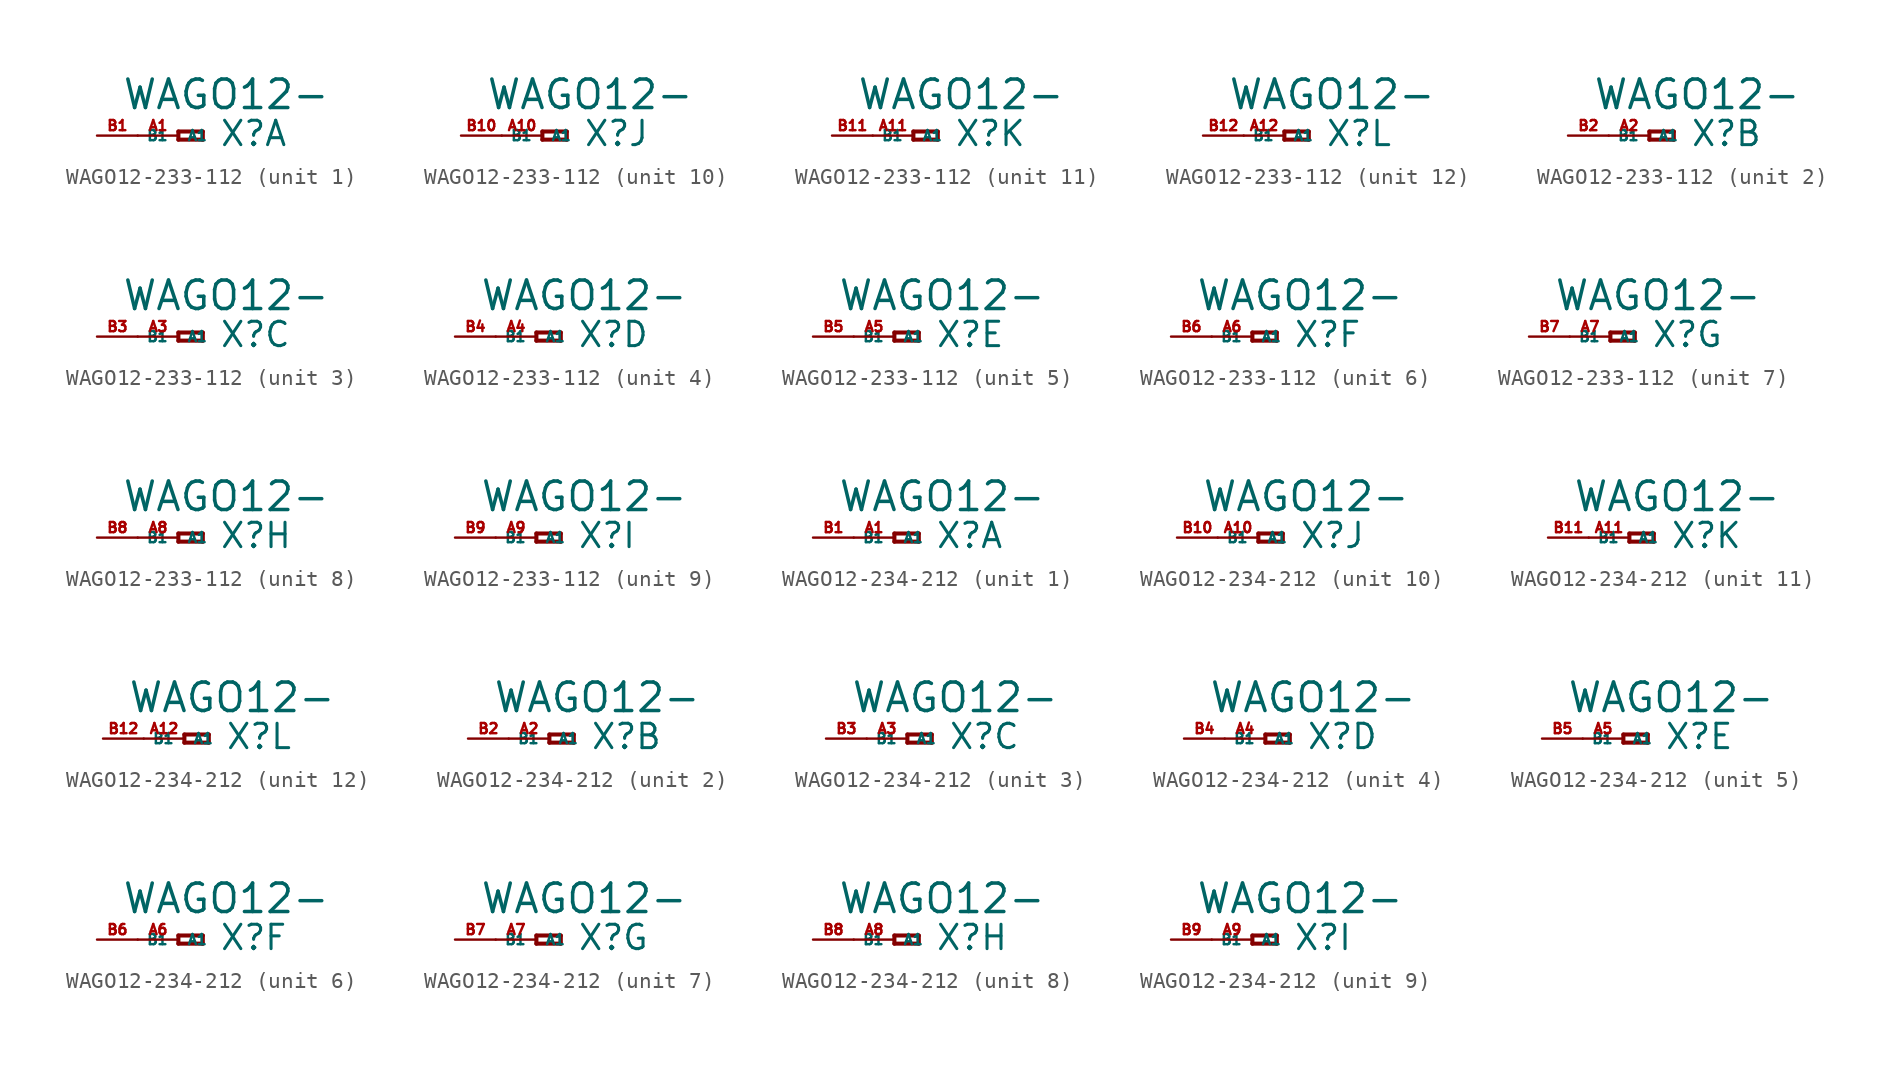
<source format=kicad_sym>
(kicad_symbol_lib
  (version 20220914)
  (generator Eagle2Kicad)
  (symbol "WAGO12-233-112"
    (property "Reference" "X"
      (at 2.54 -0.762 0)
      (effects (font (size 1.524 1.524) (thickness 0.19)) (justify left bottom)))
    (property "Value" "WAGO12-"
      (at -3.556 1.524 0)
      (effects (font (size 1.778 1.778) (thickness 0.22)) (justify left bottom)))
    (symbol "WAGO12-233-112_1_0"
      (polyline (pts (xy 0 0.254) (xy 0 -0.254)) (stroke (width 0.254) (type default)) (fill (type none)))
      (polyline (pts (xy 0 -0.254) (xy 1.524 -0.254)) (stroke (width 0.254) (type default)) (fill (type none)))
      (polyline (pts (xy 1.524 -0.254) (xy 1.524 0.254)) (stroke (width 0.254) (type default)) (fill (type none)))
      (polyline (pts (xy 1.524 0.254) (xy 0 0.254)) (stroke (width 0.254) (type default)) (fill (type none)))
      (pin passive line (at -2.54 0 0) (length 2.54) (name "A1" (effects (font (size 0.635 0.635) (thickness 0.08)) (justify left bottom))) (number "A1" (effects (font (size 0.635 0.635) (thickness 0.08)) (justify left bottom))))
      (pin passive line (at -5.08 0 0) (length 2.54) (name "B1" (effects (font (size 0.635 0.635) (thickness 0.08)) (justify left bottom))) (number "B1" (effects (font (size 0.635 0.635) (thickness 0.08)) (justify left bottom)))))
    (symbol "WAGO12-233-112_2_0"
      (polyline (pts (xy 0 0.254) (xy 0 -0.254)) (stroke (width 0.254) (type default)) (fill (type none)))
      (polyline (pts (xy 0 -0.254) (xy 1.524 -0.254)) (stroke (width 0.254) (type default)) (fill (type none)))
      (polyline (pts (xy 1.524 -0.254) (xy 1.524 0.254)) (stroke (width 0.254) (type default)) (fill (type none)))
      (polyline (pts (xy 1.524 0.254) (xy 0 0.254)) (stroke (width 0.254) (type default)) (fill (type none)))
      (pin passive line (at -2.54 0 0) (length 2.54) (name "A1" (effects (font (size 0.635 0.635) (thickness 0.08)) (justify left bottom))) (number "A2" (effects (font (size 0.635 0.635) (thickness 0.08)) (justify left bottom))))
      (pin passive line (at -5.08 0 0) (length 2.54) (name "B1" (effects (font (size 0.635 0.635) (thickness 0.08)) (justify left bottom))) (number "B2" (effects (font (size 0.635 0.635) (thickness 0.08)) (justify left bottom)))))
    (symbol "WAGO12-233-112_3_0"
      (polyline (pts (xy 0 0.254) (xy 0 -0.254)) (stroke (width 0.254) (type default)) (fill (type none)))
      (polyline (pts (xy 0 -0.254) (xy 1.524 -0.254)) (stroke (width 0.254) (type default)) (fill (type none)))
      (polyline (pts (xy 1.524 -0.254) (xy 1.524 0.254)) (stroke (width 0.254) (type default)) (fill (type none)))
      (polyline (pts (xy 1.524 0.254) (xy 0 0.254)) (stroke (width 0.254) (type default)) (fill (type none)))
      (pin passive line (at -2.54 0 0) (length 2.54) (name "A1" (effects (font (size 0.635 0.635) (thickness 0.08)) (justify left bottom))) (number "A3" (effects (font (size 0.635 0.635) (thickness 0.08)) (justify left bottom))))
      (pin passive line (at -5.08 0 0) (length 2.54) (name "B1" (effects (font (size 0.635 0.635) (thickness 0.08)) (justify left bottom))) (number "B3" (effects (font (size 0.635 0.635) (thickness 0.08)) (justify left bottom)))))
    (symbol "WAGO12-233-112_4_0"
      (polyline (pts (xy 0 0.254) (xy 0 -0.254)) (stroke (width 0.254) (type default)) (fill (type none)))
      (polyline (pts (xy 0 -0.254) (xy 1.524 -0.254)) (stroke (width 0.254) (type default)) (fill (type none)))
      (polyline (pts (xy 1.524 -0.254) (xy 1.524 0.254)) (stroke (width 0.254) (type default)) (fill (type none)))
      (polyline (pts (xy 1.524 0.254) (xy 0 0.254)) (stroke (width 0.254) (type default)) (fill (type none)))
      (pin passive line (at -2.54 0 0) (length 2.54) (name "A1" (effects (font (size 0.635 0.635) (thickness 0.08)) (justify left bottom))) (number "A4" (effects (font (size 0.635 0.635) (thickness 0.08)) (justify left bottom))))
      (pin passive line (at -5.08 0 0) (length 2.54) (name "B1" (effects (font (size 0.635 0.635) (thickness 0.08)) (justify left bottom))) (number "B4" (effects (font (size 0.635 0.635) (thickness 0.08)) (justify left bottom)))))
    (symbol "WAGO12-233-112_5_0"
      (polyline (pts (xy 0 0.254) (xy 0 -0.254)) (stroke (width 0.254) (type default)) (fill (type none)))
      (polyline (pts (xy 0 -0.254) (xy 1.524 -0.254)) (stroke (width 0.254) (type default)) (fill (type none)))
      (polyline (pts (xy 1.524 -0.254) (xy 1.524 0.254)) (stroke (width 0.254) (type default)) (fill (type none)))
      (polyline (pts (xy 1.524 0.254) (xy 0 0.254)) (stroke (width 0.254) (type default)) (fill (type none)))
      (pin passive line (at -2.54 0 0) (length 2.54) (name "A1" (effects (font (size 0.635 0.635) (thickness 0.08)) (justify left bottom))) (number "A5" (effects (font (size 0.635 0.635) (thickness 0.08)) (justify left bottom))))
      (pin passive line (at -5.08 0 0) (length 2.54) (name "B1" (effects (font (size 0.635 0.635) (thickness 0.08)) (justify left bottom))) (number "B5" (effects (font (size 0.635 0.635) (thickness 0.08)) (justify left bottom)))))
    (symbol "WAGO12-233-112_6_0"
      (polyline (pts (xy 0 0.254) (xy 0 -0.254)) (stroke (width 0.254) (type default)) (fill (type none)))
      (polyline (pts (xy 0 -0.254) (xy 1.524 -0.254)) (stroke (width 0.254) (type default)) (fill (type none)))
      (polyline (pts (xy 1.524 -0.254) (xy 1.524 0.254)) (stroke (width 0.254) (type default)) (fill (type none)))
      (polyline (pts (xy 1.524 0.254) (xy 0 0.254)) (stroke (width 0.254) (type default)) (fill (type none)))
      (pin passive line (at -2.54 0 0) (length 2.54) (name "A1" (effects (font (size 0.635 0.635) (thickness 0.08)) (justify left bottom))) (number "A6" (effects (font (size 0.635 0.635) (thickness 0.08)) (justify left bottom))))
      (pin passive line (at -5.08 0 0) (length 2.54) (name "B1" (effects (font (size 0.635 0.635) (thickness 0.08)) (justify left bottom))) (number "B6" (effects (font (size 0.635 0.635) (thickness 0.08)) (justify left bottom)))))
    (symbol "WAGO12-233-112_7_0"
      (polyline (pts (xy 0 0.254) (xy 0 -0.254)) (stroke (width 0.254) (type default)) (fill (type none)))
      (polyline (pts (xy 0 -0.254) (xy 1.524 -0.254)) (stroke (width 0.254) (type default)) (fill (type none)))
      (polyline (pts (xy 1.524 -0.254) (xy 1.524 0.254)) (stroke (width 0.254) (type default)) (fill (type none)))
      (polyline (pts (xy 1.524 0.254) (xy 0 0.254)) (stroke (width 0.254) (type default)) (fill (type none)))
      (pin passive line (at -2.54 0 0) (length 2.54) (name "A1" (effects (font (size 0.635 0.635) (thickness 0.08)) (justify left bottom))) (number "A7" (effects (font (size 0.635 0.635) (thickness 0.08)) (justify left bottom))))
      (pin passive line (at -5.08 0 0) (length 2.54) (name "B1" (effects (font (size 0.635 0.635) (thickness 0.08)) (justify left bottom))) (number "B7" (effects (font (size 0.635 0.635) (thickness 0.08)) (justify left bottom)))))
    (symbol "WAGO12-233-112_8_0"
      (polyline (pts (xy 0 0.254) (xy 0 -0.254)) (stroke (width 0.254) (type default)) (fill (type none)))
      (polyline (pts (xy 0 -0.254) (xy 1.524 -0.254)) (stroke (width 0.254) (type default)) (fill (type none)))
      (polyline (pts (xy 1.524 -0.254) (xy 1.524 0.254)) (stroke (width 0.254) (type default)) (fill (type none)))
      (polyline (pts (xy 1.524 0.254) (xy 0 0.254)) (stroke (width 0.254) (type default)) (fill (type none)))
      (pin passive line (at -2.54 0 0) (length 2.54) (name "A1" (effects (font (size 0.635 0.635) (thickness 0.08)) (justify left bottom))) (number "A8" (effects (font (size 0.635 0.635) (thickness 0.08)) (justify left bottom))))
      (pin passive line (at -5.08 0 0) (length 2.54) (name "B1" (effects (font (size 0.635 0.635) (thickness 0.08)) (justify left bottom))) (number "B8" (effects (font (size 0.635 0.635) (thickness 0.08)) (justify left bottom)))))
    (symbol "WAGO12-233-112_9_0"
      (polyline (pts (xy 0 0.254) (xy 0 -0.254)) (stroke (width 0.254) (type default)) (fill (type none)))
      (polyline (pts (xy 0 -0.254) (xy 1.524 -0.254)) (stroke (width 0.254) (type default)) (fill (type none)))
      (polyline (pts (xy 1.524 -0.254) (xy 1.524 0.254)) (stroke (width 0.254) (type default)) (fill (type none)))
      (polyline (pts (xy 1.524 0.254) (xy 0 0.254)) (stroke (width 0.254) (type default)) (fill (type none)))
      (pin passive line (at -2.54 0 0) (length 2.54) (name "A1" (effects (font (size 0.635 0.635) (thickness 0.08)) (justify left bottom))) (number "A9" (effects (font (size 0.635 0.635) (thickness 0.08)) (justify left bottom))))
      (pin passive line (at -5.08 0 0) (length 2.54) (name "B1" (effects (font (size 0.635 0.635) (thickness 0.08)) (justify left bottom))) (number "B9" (effects (font (size 0.635 0.635) (thickness 0.08)) (justify left bottom)))))
    (symbol "WAGO12-233-112_10_0"
      (polyline (pts (xy 0 0.254) (xy 0 -0.254)) (stroke (width 0.254) (type default)) (fill (type none)))
      (polyline (pts (xy 0 -0.254) (xy 1.524 -0.254)) (stroke (width 0.254) (type default)) (fill (type none)))
      (polyline (pts (xy 1.524 -0.254) (xy 1.524 0.254)) (stroke (width 0.254) (type default)) (fill (type none)))
      (polyline (pts (xy 1.524 0.254) (xy 0 0.254)) (stroke (width 0.254) (type default)) (fill (type none)))
      (pin passive line (at -2.54 0 0) (length 2.54) (name "A1" (effects (font (size 0.635 0.635) (thickness 0.08)) (justify left bottom))) (number "A10" (effects (font (size 0.635 0.635) (thickness 0.08)) (justify left bottom))))
      (pin passive line (at -5.08 0 0) (length 2.54) (name "B1" (effects (font (size 0.635 0.635) (thickness 0.08)) (justify left bottom))) (number "B10" (effects (font (size 0.635 0.635) (thickness 0.08)) (justify left bottom)))))
    (symbol "WAGO12-233-112_11_0"
      (polyline (pts (xy 0 0.254) (xy 0 -0.254)) (stroke (width 0.254) (type default)) (fill (type none)))
      (polyline (pts (xy 0 -0.254) (xy 1.524 -0.254)) (stroke (width 0.254) (type default)) (fill (type none)))
      (polyline (pts (xy 1.524 -0.254) (xy 1.524 0.254)) (stroke (width 0.254) (type default)) (fill (type none)))
      (polyline (pts (xy 1.524 0.254) (xy 0 0.254)) (stroke (width 0.254) (type default)) (fill (type none)))
      (pin passive line (at -2.54 0 0) (length 2.54) (name "A1" (effects (font (size 0.635 0.635) (thickness 0.08)) (justify left bottom))) (number "A11" (effects (font (size 0.635 0.635) (thickness 0.08)) (justify left bottom))))
      (pin passive line (at -5.08 0 0) (length 2.54) (name "B1" (effects (font (size 0.635 0.635) (thickness 0.08)) (justify left bottom))) (number "B11" (effects (font (size 0.635 0.635) (thickness 0.08)) (justify left bottom)))))
    (symbol "WAGO12-233-112_12_0"
      (polyline (pts (xy 0 0.254) (xy 0 -0.254)) (stroke (width 0.254) (type default)) (fill (type none)))
      (polyline (pts (xy 0 -0.254) (xy 1.524 -0.254)) (stroke (width 0.254) (type default)) (fill (type none)))
      (polyline (pts (xy 1.524 -0.254) (xy 1.524 0.254)) (stroke (width 0.254) (type default)) (fill (type none)))
      (polyline (pts (xy 1.524 0.254) (xy 0 0.254)) (stroke (width 0.254) (type default)) (fill (type none)))
      (pin passive line (at -2.54 0 0) (length 2.54) (name "A1" (effects (font (size 0.635 0.635) (thickness 0.08)) (justify left bottom))) (number "A12" (effects (font (size 0.635 0.635) (thickness 0.08)) (justify left bottom))))
      (pin passive line (at -5.08 0 0) (length 2.54) (name "B1" (effects (font (size 0.635 0.635) (thickness 0.08)) (justify left bottom))) (number "B12" (effects (font (size 0.635 0.635) (thickness 0.08)) (justify left bottom))))))
  (symbol "WAGO12-234-212"
    (property "Reference" "X"
      (at 2.54 -0.762 0)
      (effects (font (size 1.524 1.524) (thickness 0.19)) (justify left bottom)))
    (property "Value" "WAGO12-"
      (at -3.556 1.524 0)
      (effects (font (size 1.778 1.778) (thickness 0.22)) (justify left bottom)))
    (symbol "WAGO12-234-212_1_0"
      (polyline (pts (xy 0 0.254) (xy 0 -0.254)) (stroke (width 0.254) (type default)) (fill (type none)))
      (polyline (pts (xy 0 -0.254) (xy 1.524 -0.254)) (stroke (width 0.254) (type default)) (fill (type none)))
      (polyline (pts (xy 1.524 -0.254) (xy 1.524 0.254)) (stroke (width 0.254) (type default)) (fill (type none)))
      (polyline (pts (xy 1.524 0.254) (xy 0 0.254)) (stroke (width 0.254) (type default)) (fill (type none)))
      (pin passive line (at -2.54 0 0) (length 2.54) (name "A1" (effects (font (size 0.635 0.635) (thickness 0.08)) (justify left bottom))) (number "A1" (effects (font (size 0.635 0.635) (thickness 0.08)) (justify left bottom))))
      (pin passive line (at -5.08 0 0) (length 2.54) (name "B1" (effects (font (size 0.635 0.635) (thickness 0.08)) (justify left bottom))) (number "B1" (effects (font (size 0.635 0.635) (thickness 0.08)) (justify left bottom)))))
    (symbol "WAGO12-234-212_2_0"
      (polyline (pts (xy 0 0.254) (xy 0 -0.254)) (stroke (width 0.254) (type default)) (fill (type none)))
      (polyline (pts (xy 0 -0.254) (xy 1.524 -0.254)) (stroke (width 0.254) (type default)) (fill (type none)))
      (polyline (pts (xy 1.524 -0.254) (xy 1.524 0.254)) (stroke (width 0.254) (type default)) (fill (type none)))
      (polyline (pts (xy 1.524 0.254) (xy 0 0.254)) (stroke (width 0.254) (type default)) (fill (type none)))
      (pin passive line (at -2.54 0 0) (length 2.54) (name "A1" (effects (font (size 0.635 0.635) (thickness 0.08)) (justify left bottom))) (number "A2" (effects (font (size 0.635 0.635) (thickness 0.08)) (justify left bottom))))
      (pin passive line (at -5.08 0 0) (length 2.54) (name "B1" (effects (font (size 0.635 0.635) (thickness 0.08)) (justify left bottom))) (number "B2" (effects (font (size 0.635 0.635) (thickness 0.08)) (justify left bottom)))))
    (symbol "WAGO12-234-212_3_0"
      (polyline (pts (xy 0 0.254) (xy 0 -0.254)) (stroke (width 0.254) (type default)) (fill (type none)))
      (polyline (pts (xy 0 -0.254) (xy 1.524 -0.254)) (stroke (width 0.254) (type default)) (fill (type none)))
      (polyline (pts (xy 1.524 -0.254) (xy 1.524 0.254)) (stroke (width 0.254) (type default)) (fill (type none)))
      (polyline (pts (xy 1.524 0.254) (xy 0 0.254)) (stroke (width 0.254) (type default)) (fill (type none)))
      (pin passive line (at -2.54 0 0) (length 2.54) (name "A1" (effects (font (size 0.635 0.635) (thickness 0.08)) (justify left bottom))) (number "A3" (effects (font (size 0.635 0.635) (thickness 0.08)) (justify left bottom))))
      (pin passive line (at -5.08 0 0) (length 2.54) (name "B1" (effects (font (size 0.635 0.635) (thickness 0.08)) (justify left bottom))) (number "B3" (effects (font (size 0.635 0.635) (thickness 0.08)) (justify left bottom)))))
    (symbol "WAGO12-234-212_4_0"
      (polyline (pts (xy 0 0.254) (xy 0 -0.254)) (stroke (width 0.254) (type default)) (fill (type none)))
      (polyline (pts (xy 0 -0.254) (xy 1.524 -0.254)) (stroke (width 0.254) (type default)) (fill (type none)))
      (polyline (pts (xy 1.524 -0.254) (xy 1.524 0.254)) (stroke (width 0.254) (type default)) (fill (type none)))
      (polyline (pts (xy 1.524 0.254) (xy 0 0.254)) (stroke (width 0.254) (type default)) (fill (type none)))
      (pin passive line (at -2.54 0 0) (length 2.54) (name "A1" (effects (font (size 0.635 0.635) (thickness 0.08)) (justify left bottom))) (number "A4" (effects (font (size 0.635 0.635) (thickness 0.08)) (justify left bottom))))
      (pin passive line (at -5.08 0 0) (length 2.54) (name "B1" (effects (font (size 0.635 0.635) (thickness 0.08)) (justify left bottom))) (number "B4" (effects (font (size 0.635 0.635) (thickness 0.08)) (justify left bottom)))))
    (symbol "WAGO12-234-212_5_0"
      (polyline (pts (xy 0 0.254) (xy 0 -0.254)) (stroke (width 0.254) (type default)) (fill (type none)))
      (polyline (pts (xy 0 -0.254) (xy 1.524 -0.254)) (stroke (width 0.254) (type default)) (fill (type none)))
      (polyline (pts (xy 1.524 -0.254) (xy 1.524 0.254)) (stroke (width 0.254) (type default)) (fill (type none)))
      (polyline (pts (xy 1.524 0.254) (xy 0 0.254)) (stroke (width 0.254) (type default)) (fill (type none)))
      (pin passive line (at -2.54 0 0) (length 2.54) (name "A1" (effects (font (size 0.635 0.635) (thickness 0.08)) (justify left bottom))) (number "A5" (effects (font (size 0.635 0.635) (thickness 0.08)) (justify left bottom))))
      (pin passive line (at -5.08 0 0) (length 2.54) (name "B1" (effects (font (size 0.635 0.635) (thickness 0.08)) (justify left bottom))) (number "B5" (effects (font (size 0.635 0.635) (thickness 0.08)) (justify left bottom)))))
    (symbol "WAGO12-234-212_6_0"
      (polyline (pts (xy 0 0.254) (xy 0 -0.254)) (stroke (width 0.254) (type default)) (fill (type none)))
      (polyline (pts (xy 0 -0.254) (xy 1.524 -0.254)) (stroke (width 0.254) (type default)) (fill (type none)))
      (polyline (pts (xy 1.524 -0.254) (xy 1.524 0.254)) (stroke (width 0.254) (type default)) (fill (type none)))
      (polyline (pts (xy 1.524 0.254) (xy 0 0.254)) (stroke (width 0.254) (type default)) (fill (type none)))
      (pin passive line (at -2.54 0 0) (length 2.54) (name "A1" (effects (font (size 0.635 0.635) (thickness 0.08)) (justify left bottom))) (number "A6" (effects (font (size 0.635 0.635) (thickness 0.08)) (justify left bottom))))
      (pin passive line (at -5.08 0 0) (length 2.54) (name "B1" (effects (font (size 0.635 0.635) (thickness 0.08)) (justify left bottom))) (number "B6" (effects (font (size 0.635 0.635) (thickness 0.08)) (justify left bottom)))))
    (symbol "WAGO12-234-212_7_0"
      (polyline (pts (xy 0 0.254) (xy 0 -0.254)) (stroke (width 0.254) (type default)) (fill (type none)))
      (polyline (pts (xy 0 -0.254) (xy 1.524 -0.254)) (stroke (width 0.254) (type default)) (fill (type none)))
      (polyline (pts (xy 1.524 -0.254) (xy 1.524 0.254)) (stroke (width 0.254) (type default)) (fill (type none)))
      (polyline (pts (xy 1.524 0.254) (xy 0 0.254)) (stroke (width 0.254) (type default)) (fill (type none)))
      (pin passive line (at -2.54 0 0) (length 2.54) (name "A1" (effects (font (size 0.635 0.635) (thickness 0.08)) (justify left bottom))) (number "A7" (effects (font (size 0.635 0.635) (thickness 0.08)) (justify left bottom))))
      (pin passive line (at -5.08 0 0) (length 2.54) (name "B1" (effects (font (size 0.635 0.635) (thickness 0.08)) (justify left bottom))) (number "B7" (effects (font (size 0.635 0.635) (thickness 0.08)) (justify left bottom)))))
    (symbol "WAGO12-234-212_8_0"
      (polyline (pts (xy 0 0.254) (xy 0 -0.254)) (stroke (width 0.254) (type default)) (fill (type none)))
      (polyline (pts (xy 0 -0.254) (xy 1.524 -0.254)) (stroke (width 0.254) (type default)) (fill (type none)))
      (polyline (pts (xy 1.524 -0.254) (xy 1.524 0.254)) (stroke (width 0.254) (type default)) (fill (type none)))
      (polyline (pts (xy 1.524 0.254) (xy 0 0.254)) (stroke (width 0.254) (type default)) (fill (type none)))
      (pin passive line (at -2.54 0 0) (length 2.54) (name "A1" (effects (font (size 0.635 0.635) (thickness 0.08)) (justify left bottom))) (number "A8" (effects (font (size 0.635 0.635) (thickness 0.08)) (justify left bottom))))
      (pin passive line (at -5.08 0 0) (length 2.54) (name "B1" (effects (font (size 0.635 0.635) (thickness 0.08)) (justify left bottom))) (number "B8" (effects (font (size 0.635 0.635) (thickness 0.08)) (justify left bottom)))))
    (symbol "WAGO12-234-212_9_0"
      (polyline (pts (xy 0 0.254) (xy 0 -0.254)) (stroke (width 0.254) (type default)) (fill (type none)))
      (polyline (pts (xy 0 -0.254) (xy 1.524 -0.254)) (stroke (width 0.254) (type default)) (fill (type none)))
      (polyline (pts (xy 1.524 -0.254) (xy 1.524 0.254)) (stroke (width 0.254) (type default)) (fill (type none)))
      (polyline (pts (xy 1.524 0.254) (xy 0 0.254)) (stroke (width 0.254) (type default)) (fill (type none)))
      (pin passive line (at -2.54 0 0) (length 2.54) (name "A1" (effects (font (size 0.635 0.635) (thickness 0.08)) (justify left bottom))) (number "A9" (effects (font (size 0.635 0.635) (thickness 0.08)) (justify left bottom))))
      (pin passive line (at -5.08 0 0) (length 2.54) (name "B1" (effects (font (size 0.635 0.635) (thickness 0.08)) (justify left bottom))) (number "B9" (effects (font (size 0.635 0.635) (thickness 0.08)) (justify left bottom)))))
    (symbol "WAGO12-234-212_10_0"
      (polyline (pts (xy 0 0.254) (xy 0 -0.254)) (stroke (width 0.254) (type default)) (fill (type none)))
      (polyline (pts (xy 0 -0.254) (xy 1.524 -0.254)) (stroke (width 0.254) (type default)) (fill (type none)))
      (polyline (pts (xy 1.524 -0.254) (xy 1.524 0.254)) (stroke (width 0.254) (type default)) (fill (type none)))
      (polyline (pts (xy 1.524 0.254) (xy 0 0.254)) (stroke (width 0.254) (type default)) (fill (type none)))
      (pin passive line (at -2.54 0 0) (length 2.54) (name "A1" (effects (font (size 0.635 0.635) (thickness 0.08)) (justify left bottom))) (number "A10" (effects (font (size 0.635 0.635) (thickness 0.08)) (justify left bottom))))
      (pin passive line (at -5.08 0 0) (length 2.54) (name "B1" (effects (font (size 0.635 0.635) (thickness 0.08)) (justify left bottom))) (number "B10" (effects (font (size 0.635 0.635) (thickness 0.08)) (justify left bottom)))))
    (symbol "WAGO12-234-212_11_0"
      (polyline (pts (xy 0 0.254) (xy 0 -0.254)) (stroke (width 0.254) (type default)) (fill (type none)))
      (polyline (pts (xy 0 -0.254) (xy 1.524 -0.254)) (stroke (width 0.254) (type default)) (fill (type none)))
      (polyline (pts (xy 1.524 -0.254) (xy 1.524 0.254)) (stroke (width 0.254) (type default)) (fill (type none)))
      (polyline (pts (xy 1.524 0.254) (xy 0 0.254)) (stroke (width 0.254) (type default)) (fill (type none)))
      (pin passive line (at -2.54 0 0) (length 2.54) (name "A1" (effects (font (size 0.635 0.635) (thickness 0.08)) (justify left bottom))) (number "A11" (effects (font (size 0.635 0.635) (thickness 0.08)) (justify left bottom))))
      (pin passive line (at -5.08 0 0) (length 2.54) (name "B1" (effects (font (size 0.635 0.635) (thickness 0.08)) (justify left bottom))) (number "B11" (effects (font (size 0.635 0.635) (thickness 0.08)) (justify left bottom)))))
    (symbol "WAGO12-234-212_12_0"
      (polyline (pts (xy 0 0.254) (xy 0 -0.254)) (stroke (width 0.254) (type default)) (fill (type none)))
      (polyline (pts (xy 0 -0.254) (xy 1.524 -0.254)) (stroke (width 0.254) (type default)) (fill (type none)))
      (polyline (pts (xy 1.524 -0.254) (xy 1.524 0.254)) (stroke (width 0.254) (type default)) (fill (type none)))
      (polyline (pts (xy 1.524 0.254) (xy 0 0.254)) (stroke (width 0.254) (type default)) (fill (type none)))
      (pin passive line (at -2.54 0 0) (length 2.54) (name "A1" (effects (font (size 0.635 0.635) (thickness 0.08)) (justify left bottom))) (number "A12" (effects (font (size 0.635 0.635) (thickness 0.08)) (justify left bottom))))
      (pin passive line (at -5.08 0 0) (length 2.54) (name "B1" (effects (font (size 0.635 0.635) (thickness 0.08)) (justify left bottom))) (number "B12" (effects (font (size 0.635 0.635) (thickness 0.08)) (justify left bottom)))))))
</source>
